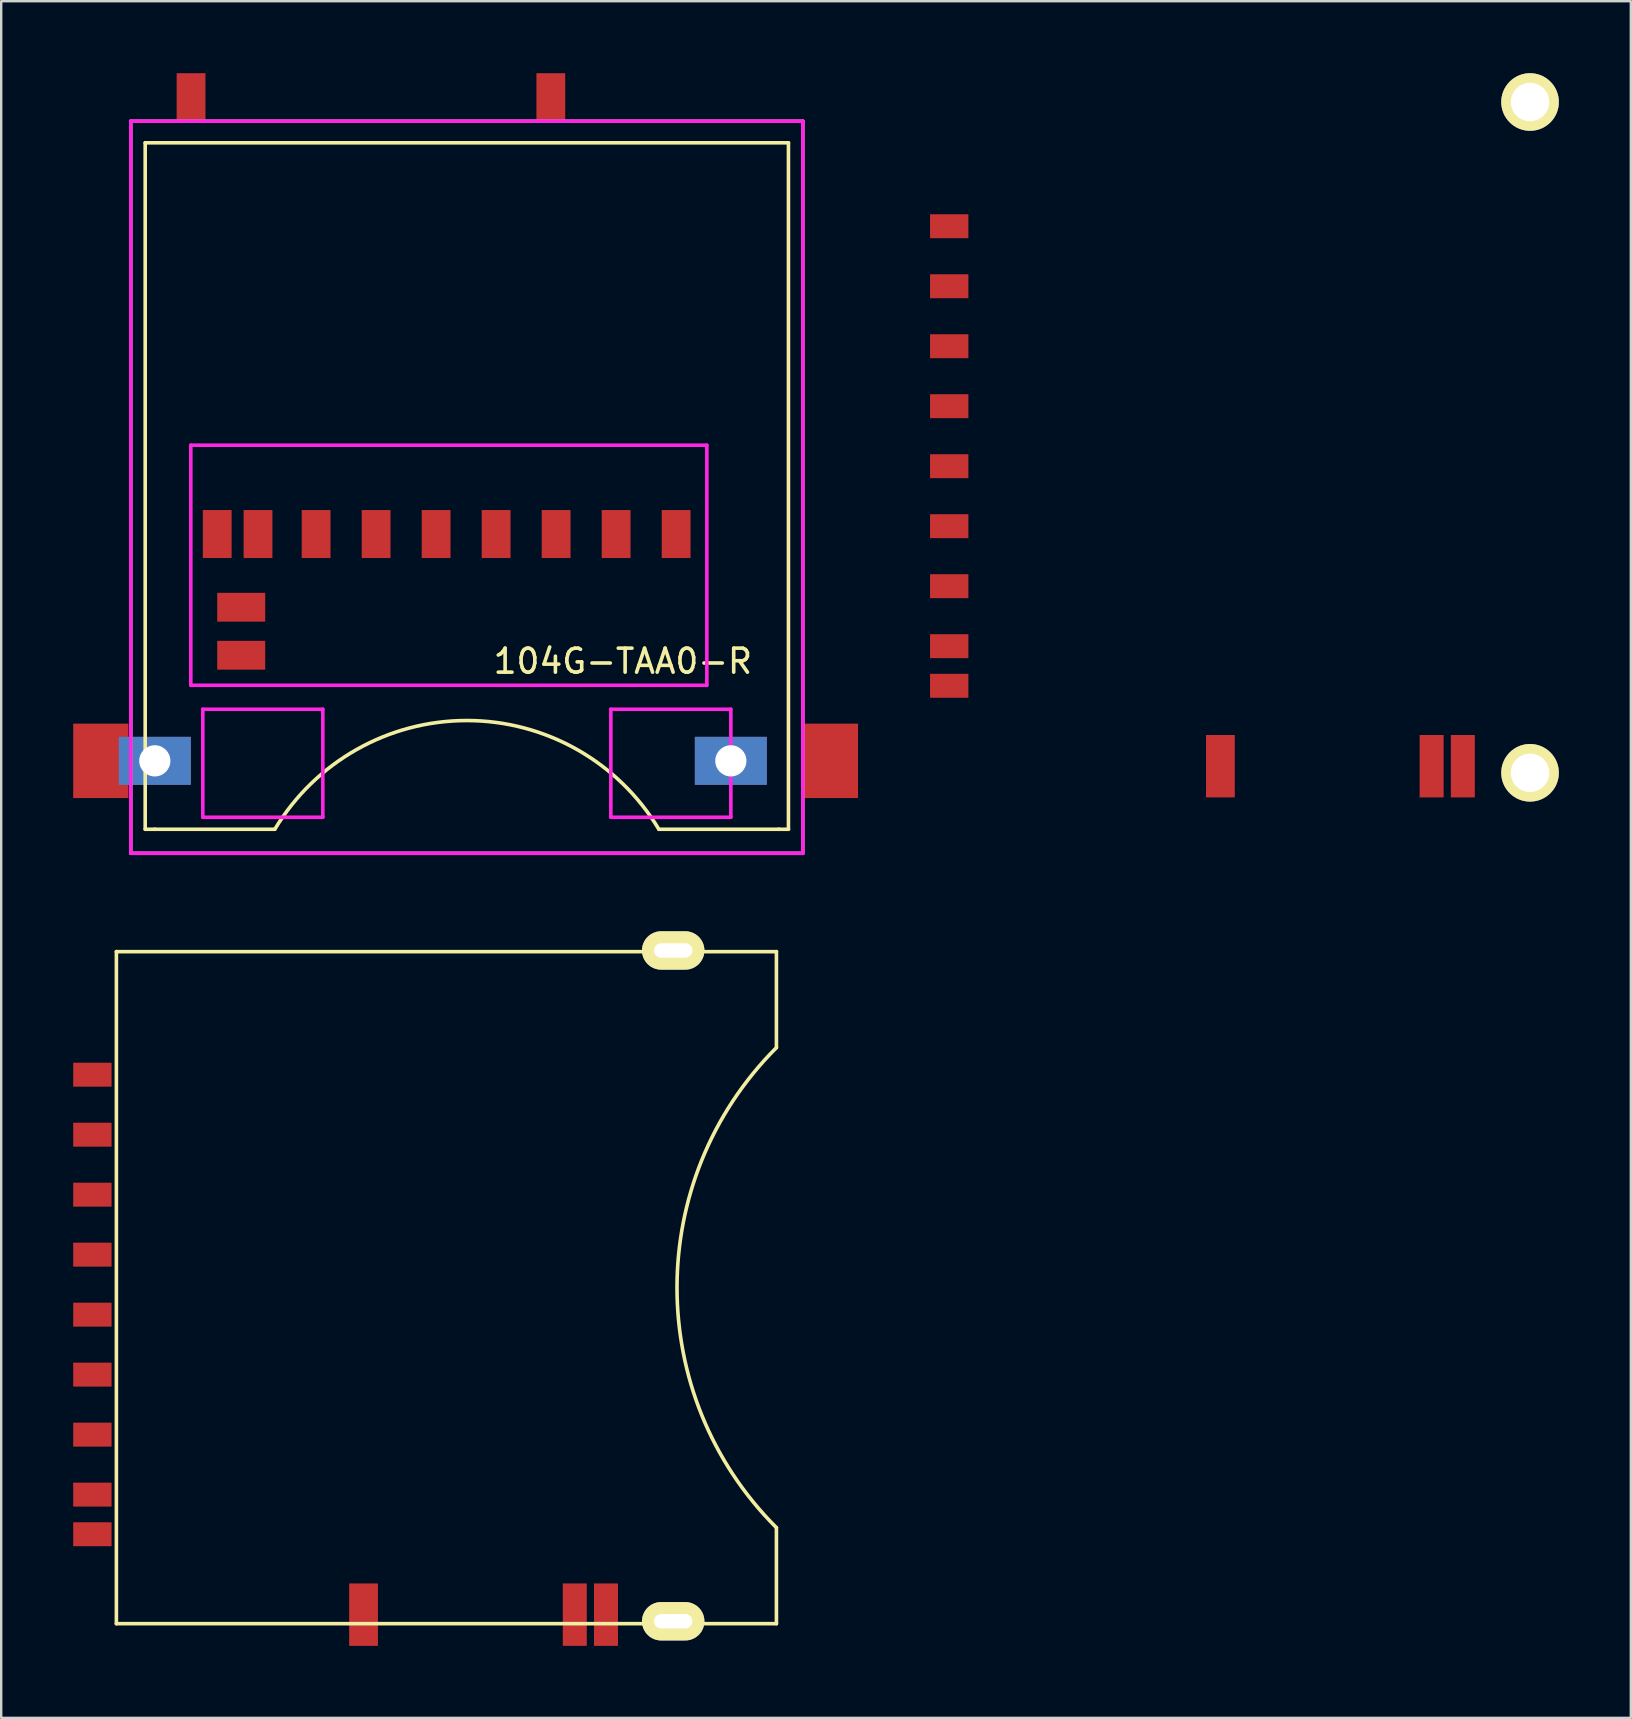
<source format=kicad_pcb>
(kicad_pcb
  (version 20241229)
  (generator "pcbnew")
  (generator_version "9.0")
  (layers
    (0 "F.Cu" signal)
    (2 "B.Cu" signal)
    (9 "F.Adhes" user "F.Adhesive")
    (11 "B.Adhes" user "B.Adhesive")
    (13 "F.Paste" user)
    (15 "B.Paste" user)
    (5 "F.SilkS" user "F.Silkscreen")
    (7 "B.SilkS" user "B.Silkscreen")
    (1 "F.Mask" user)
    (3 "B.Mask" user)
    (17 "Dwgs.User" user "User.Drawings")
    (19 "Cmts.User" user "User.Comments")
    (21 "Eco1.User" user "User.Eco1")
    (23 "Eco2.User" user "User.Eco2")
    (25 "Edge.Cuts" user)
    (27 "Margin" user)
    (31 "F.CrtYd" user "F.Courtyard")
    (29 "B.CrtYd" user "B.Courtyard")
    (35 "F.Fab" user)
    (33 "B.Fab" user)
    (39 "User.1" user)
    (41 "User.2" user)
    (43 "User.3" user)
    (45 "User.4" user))
  (footprint "104G-TAA0-R"
    (layer "F.Cu")
    (at 2.4 32.5)
    (property "Reference" "104G-TAA0-R" (at 20.5 -8 0) (layer "F.SilkS") (effects (font (size 1 1) (thickness 0.15))))
    (attr through_hole)
    (fp_line (start 0.6 -29.6) (end 27.4 -29.6) (stroke (width 0.15) (type solid)) (layer "F.SilkS"))
    (fp_line (start 0.6 -1) (end 0.6 -29.6) (stroke (width 0.15) (type solid)) (layer "F.SilkS"))
    (fp_line (start 1 -1) (end 0.6 -1) (stroke (width 0.15) (type solid)) (layer "F.SilkS"))
    (fp_line (start 6 -1) (end 1 -1) (stroke (width 0.15) (type solid)) (layer "F.SilkS"))
    (fp_line (start 27 -1) (end 22 -1) (stroke (width 0.15) (type solid)) (layer "F.SilkS"))
    (fp_line (start 27.4 -29.6) (end 27.4 -1) (stroke (width 0.15) (type solid)) (layer "F.SilkS"))
    (fp_line (start 27.4 -1) (end 27 -1) (stroke (width 0.15) (type solid)) (layer "F.SilkS"))
    (fp_arc (start 6 -1) (mid 14 -5.529523) (end 22 -1) (stroke (width 0.15) (type solid)) (layer "F.SilkS"))
    (fp_line (start 0 -30.5) (end 28 -30.5) (stroke (width 0.15) (type solid)) (layer "F.CrtYd"))
    (fp_line (start 0 0) (end 0 -30.5) (stroke (width 0.15) (type solid)) (layer "F.CrtYd"))
    (fp_line (start 2.5 -17) (end 24 -17) (stroke (width 0.15) (type solid)) (layer "F.CrtYd"))
    (fp_line (start 2.5 -7) (end 2.5 -17) (stroke (width 0.15) (type solid)) (layer "F.CrtYd"))
    (fp_line (start 2.5 -7) (end 24 -7) (stroke (width 0.15) (type solid)) (layer "F.CrtYd"))
    (fp_line (start 3 -6) (end 3 -1.5) (stroke (width 0.15) (type solid)) (layer "F.CrtYd"))
    (fp_line (start 3 -1.5) (end 8 -1.5) (stroke (width 0.15) (type solid)) (layer "F.CrtYd"))
    (fp_line (start 8 -6) (end 3 -6) (stroke (width 0.15) (type solid)) (layer "F.CrtYd"))
    (fp_line (start 8 -1.5) (end 8 -6) (stroke (width 0.15) (type solid)) (layer "F.CrtYd"))
    (fp_line (start 20 -6) (end 20 -1.5) (stroke (width 0.15) (type solid)) (layer "F.CrtYd"))
    (fp_line (start 20 -1.5) (end 25 -1.5) (stroke (width 0.15) (type solid)) (layer "F.CrtYd"))
    (fp_line (start 24 -17) (end 24 -7) (stroke (width 0.15) (type solid)) (layer "F.CrtYd"))
    (fp_line (start 25 -6) (end 20 -6) (stroke (width 0.15) (type solid)) (layer "F.CrtYd"))
    (fp_line (start 25 -1.5) (end 25 -6) (stroke (width 0.15) (type solid)) (layer "F.CrtYd"))
    (fp_line (start 28 -30.5) (end 28 0) (stroke (width 0.15) (type solid)) (layer "F.CrtYd"))
    (fp_line (start 28 0) (end 0 0) (stroke (width 0.15) (type solid)) (layer "F.CrtYd"))
    (fp_line (start 0 -30.5) (end 28 -30.5) (stroke (width 0.15) (type solid)) (layer "F.Fab"))
    (fp_line (start 0 0) (end 0 -30.5) (stroke (width 0.15) (type solid)) (layer "F.Fab"))
    (fp_line (start 28 -30.5) (end 28 0) (stroke (width 0.15) (type solid)) (layer "F.Fab"))
    (fp_line (start 28 0) (end 0 0) (stroke (width 0.15) (type solid)) (layer "F.Fab"))
    (pad "1" smd rect (at 20.22 -13.3) (size 1.2 2) (layers "F.Cu" "F.Mask" "F.Paste"))
    (pad "2" smd rect (at 17.72 -13.3) (size 1.2 2) (layers "F.Cu" "F.Mask" "F.Paste"))
    (pad "3" smd rect (at 15.22 -13.3) (size 1.2 2) (layers "F.Cu" "F.Mask" "F.Paste"))
    (pad "4" smd rect (at 12.72 -13.3) (size 1.2 2) (layers "F.Cu" "F.Mask" "F.Paste"))
    (pad "5" smd rect (at 10.22 -13.3) (size 1.2 2) (layers "F.Cu" "F.Mask" "F.Paste"))
    (pad "6" smd rect (at 7.72 -13.3) (size 1.2 2) (layers "F.Cu" "F.Mask" "F.Paste"))
    (pad "7" smd rect (at 5.3 -13.3) (size 1.2 2) (layers "F.Cu" "F.Mask" "F.Paste"))
    (pad "8" smd rect (at 3.6 -13.3) (size 1.2 2) (layers "F.Cu" "F.Mask" "F.Paste"))
    (pad "9" smd rect (at 22.72 -13.3) (size 1.2 2) (layers "F.Cu" "F.Mask" "F.Paste"))
    (pad "CD" smd rect (at 2.51 -31.5) (size 1.2 2) (layers "F.Cu" "F.Mask" "F.Paste"))
    (pad "GND1" smd rect (at 17.5 -31.5) (size 1.2 2) (layers "F.Cu" "F.Mask" "F.Paste"))
    (pad "GND2" smd rect (at 29.15 -3.85 180) (size 2.3 3.1) (layers "F.Cu" "F.Mask" "F.Paste"))
    (pad "GND3" smd rect (at -1.25 -3.85 180) (size 2.3 3.1) (layers "F.Cu" "F.Mask" "F.Paste"))
    (pad "GND4" smd rect (at 4.6 -10.25 90) (size 1.2 2) (layers "F.Cu" "F.Mask" "F.Paste"))
    (pad "GND5" thru_hole rect (at 1 -3.85 180) (size 3 2) (drill 1.3) (layers "*.Cu" "*.Mask"))
    (pad "GND6" thru_hole rect (at 25 -3.85 180) (size 3 2) (drill 1.3) (layers "*.Cu" "*.Mask"))
    (pad "WP" smd rect (at 4.6 -8.25 90) (size 1.2 2) (layers "F.Cu" "F.Mask" "F.Paste")))
  (footprint "104H-TDA0-R-V2"
    (layer "F.Cu")
    (at 0.799 51.099)
    (property "Reference" "104H-TDA0-R-V2" (at 0 0 0) (layer "Cmts.User") (effects (font (size 0.001 0.001) (thickness 0.000001))))
    (attr through_hole)
    (fp_line (start 1 -14.5) (end 23 -14.5) (stroke (width 0.15) (type solid)) (layer "F.SilkS"))
    (fp_line (start 1 13.5) (end 1 -14.5) (stroke (width 0.15) (type solid)) (layer "F.SilkS"))
    (fp_line (start 23 13.5) (end 1 13.5) (stroke (width 0.15) (type solid)) (layer "F.SilkS"))
    (fp_line (start 28.5 -14.5) (end 25.5 -14.5) (stroke (width 0.15) (type solid)) (layer "F.SilkS"))
    (fp_line (start 28.5 -14.5) (end 28.5 -10.5) (stroke (width 0.15) (type solid)) (layer "F.SilkS"))
    (fp_line (start 28.5 9.5) (end 28.5 13.5) (stroke (width 0.15) (type solid)) (layer "F.SilkS"))
    (fp_line (start 28.5 13.5) (end 25.5 13.5) (stroke (width 0.15) (type solid)) (layer "F.SilkS"))
    (fp_arc (start 28.5 9.5) (mid 24.357864 -0.5) (end 28.5 -10.5) (stroke (width 0.15) (type solid)) (layer "F.SilkS"))
    (pad "CD" smd rect (at 11.298 13.124 90) (size 2.6 1.199) (layers "F.Cu" "F.Mask" "F.Paste"))
    (pad "GND0" thru_hole oval (at 24.199 -14.549) (size 2.6 1.6) (drill oval 1.6 0.6) (layers "*.Cu" "*.Mask" "F.SilkS"))
    (pad "GND0" thru_hole oval (at 24.199 13.399) (size 2.6 1.6) (drill oval 1.6 0.6) (layers "*.Cu" "*.Mask" "F.SilkS"))
    (pad "P1" smd rect (at 0 -6.873 90) (size 0.998 1.598) (layers "F.Cu" "F.Mask" "F.Paste"))
    (pad "P2" smd rect (at 0 -4.374 90) (size 0.998 1.598) (layers "F.Cu" "F.Mask" "F.Paste"))
    (pad "P3" smd rect (at 0 -1.875 90) (size 0.998 1.598) (layers "F.Cu" "F.Mask" "F.Paste"))
    (pad "P4" smd rect (at 0 0.625 90) (size 0.998 1.598) (layers "F.Cu" "F.Mask" "F.Paste"))
    (pad "P5" smd rect (at 0 3.124 90) (size 0.998 1.598) (layers "F.Cu" "F.Mask" "F.Paste"))
    (pad "P6" smd rect (at 0 5.624 90) (size 0.998 1.598) (layers "F.Cu" "F.Mask" "F.Paste"))
    (pad "P7" smd rect (at 0 8.123 90) (size 0.998 1.598) (layers "F.Cu" "F.Mask" "F.Paste"))
    (pad "P8" smd rect (at 0 9.774 90) (size 0.998 1.598) (layers "F.Cu" "F.Mask" "F.Paste"))
    (pad "P9" smd rect (at 0 -9.373 90) (size 0.998 1.598) (layers "F.Cu" "F.Mask" "F.Paste"))
    (pad "SC" smd rect (at 21.399 13.124 90) (size 2.6 1) (layers "F.Cu" "F.Mask" "F.Paste"))
    (pad "WP" smd rect (at 20.099 13.124 90) (size 2.6 1) (layers "F.Cu" "F.Mask" "F.Paste")))
  (footprint "104H-TDA0-R"
    (layer "F.Cu")
    (at 36.499 15.749)
    (property "Reference" "104H-TDA0-R" (at 0 0 0) (layer "Cmts.User") (effects (font (size 0.001 0.001) (thickness 0.000001))))
    (attr through_hole)
    (pad "" thru_hole circle (at 24.199 -14.549) (size 2.4 2.4) (drill 1.6) (layers "*.Cu" "*.Mask" "F.SilkS"))
    (pad "CD" smd rect (at 11.298 13.124 90) (size 2.6 1.199) (layers "F.Cu" "F.Mask" "F.Paste"))
    (pad "GND0" thru_hole circle (at 24.199 13.399) (size 2.4 2.4) (drill 1.6) (layers "*.Cu" "*.Mask" "F.SilkS"))
    (pad "P1" smd rect (at 0 -6.873 90) (size 0.998 1.598) (layers "F.Cu" "F.Mask" "F.Paste"))
    (pad "P2" smd rect (at 0 -4.374 90) (size 0.998 1.598) (layers "F.Cu" "F.Mask" "F.Paste"))
    (pad "P3" smd rect (at 0 -1.875 90) (size 0.998 1.598) (layers "F.Cu" "F.Mask" "F.Paste"))
    (pad "P4" smd rect (at 0 0.625 90) (size 0.998 1.598) (layers "F.Cu" "F.Mask" "F.Paste"))
    (pad "P5" smd rect (at 0 3.124 90) (size 0.998 1.598) (layers "F.Cu" "F.Mask" "F.Paste"))
    (pad "P6" smd rect (at 0 5.624 90) (size 0.998 1.598) (layers "F.Cu" "F.Mask" "F.Paste"))
    (pad "P7" smd rect (at 0 8.123 90) (size 0.998 1.598) (layers "F.Cu" "F.Mask" "F.Paste"))
    (pad "P8" smd rect (at 0 9.774 90) (size 0.998 1.598) (layers "F.Cu" "F.Mask" "F.Paste"))
    (pad "P9" smd rect (at 0 -9.373 90) (size 0.998 1.598) (layers "F.Cu" "F.Mask" "F.Paste"))
    (pad "SC" smd rect (at 21.399 13.124 90) (size 2.6 1) (layers "F.Cu" "F.Mask" "F.Paste"))
    (pad "WP" smd rect (at 20.099 13.124 90) (size 2.6 1) (layers "F.Cu" "F.Mask" "F.Paste")))
  (gr_rect
    (start -3 -3)
    (end 64.897 68.523)
    (stroke (width 0.1) (type default))
    (fill no)
    (layer "Edge.Cuts")))
</source>
